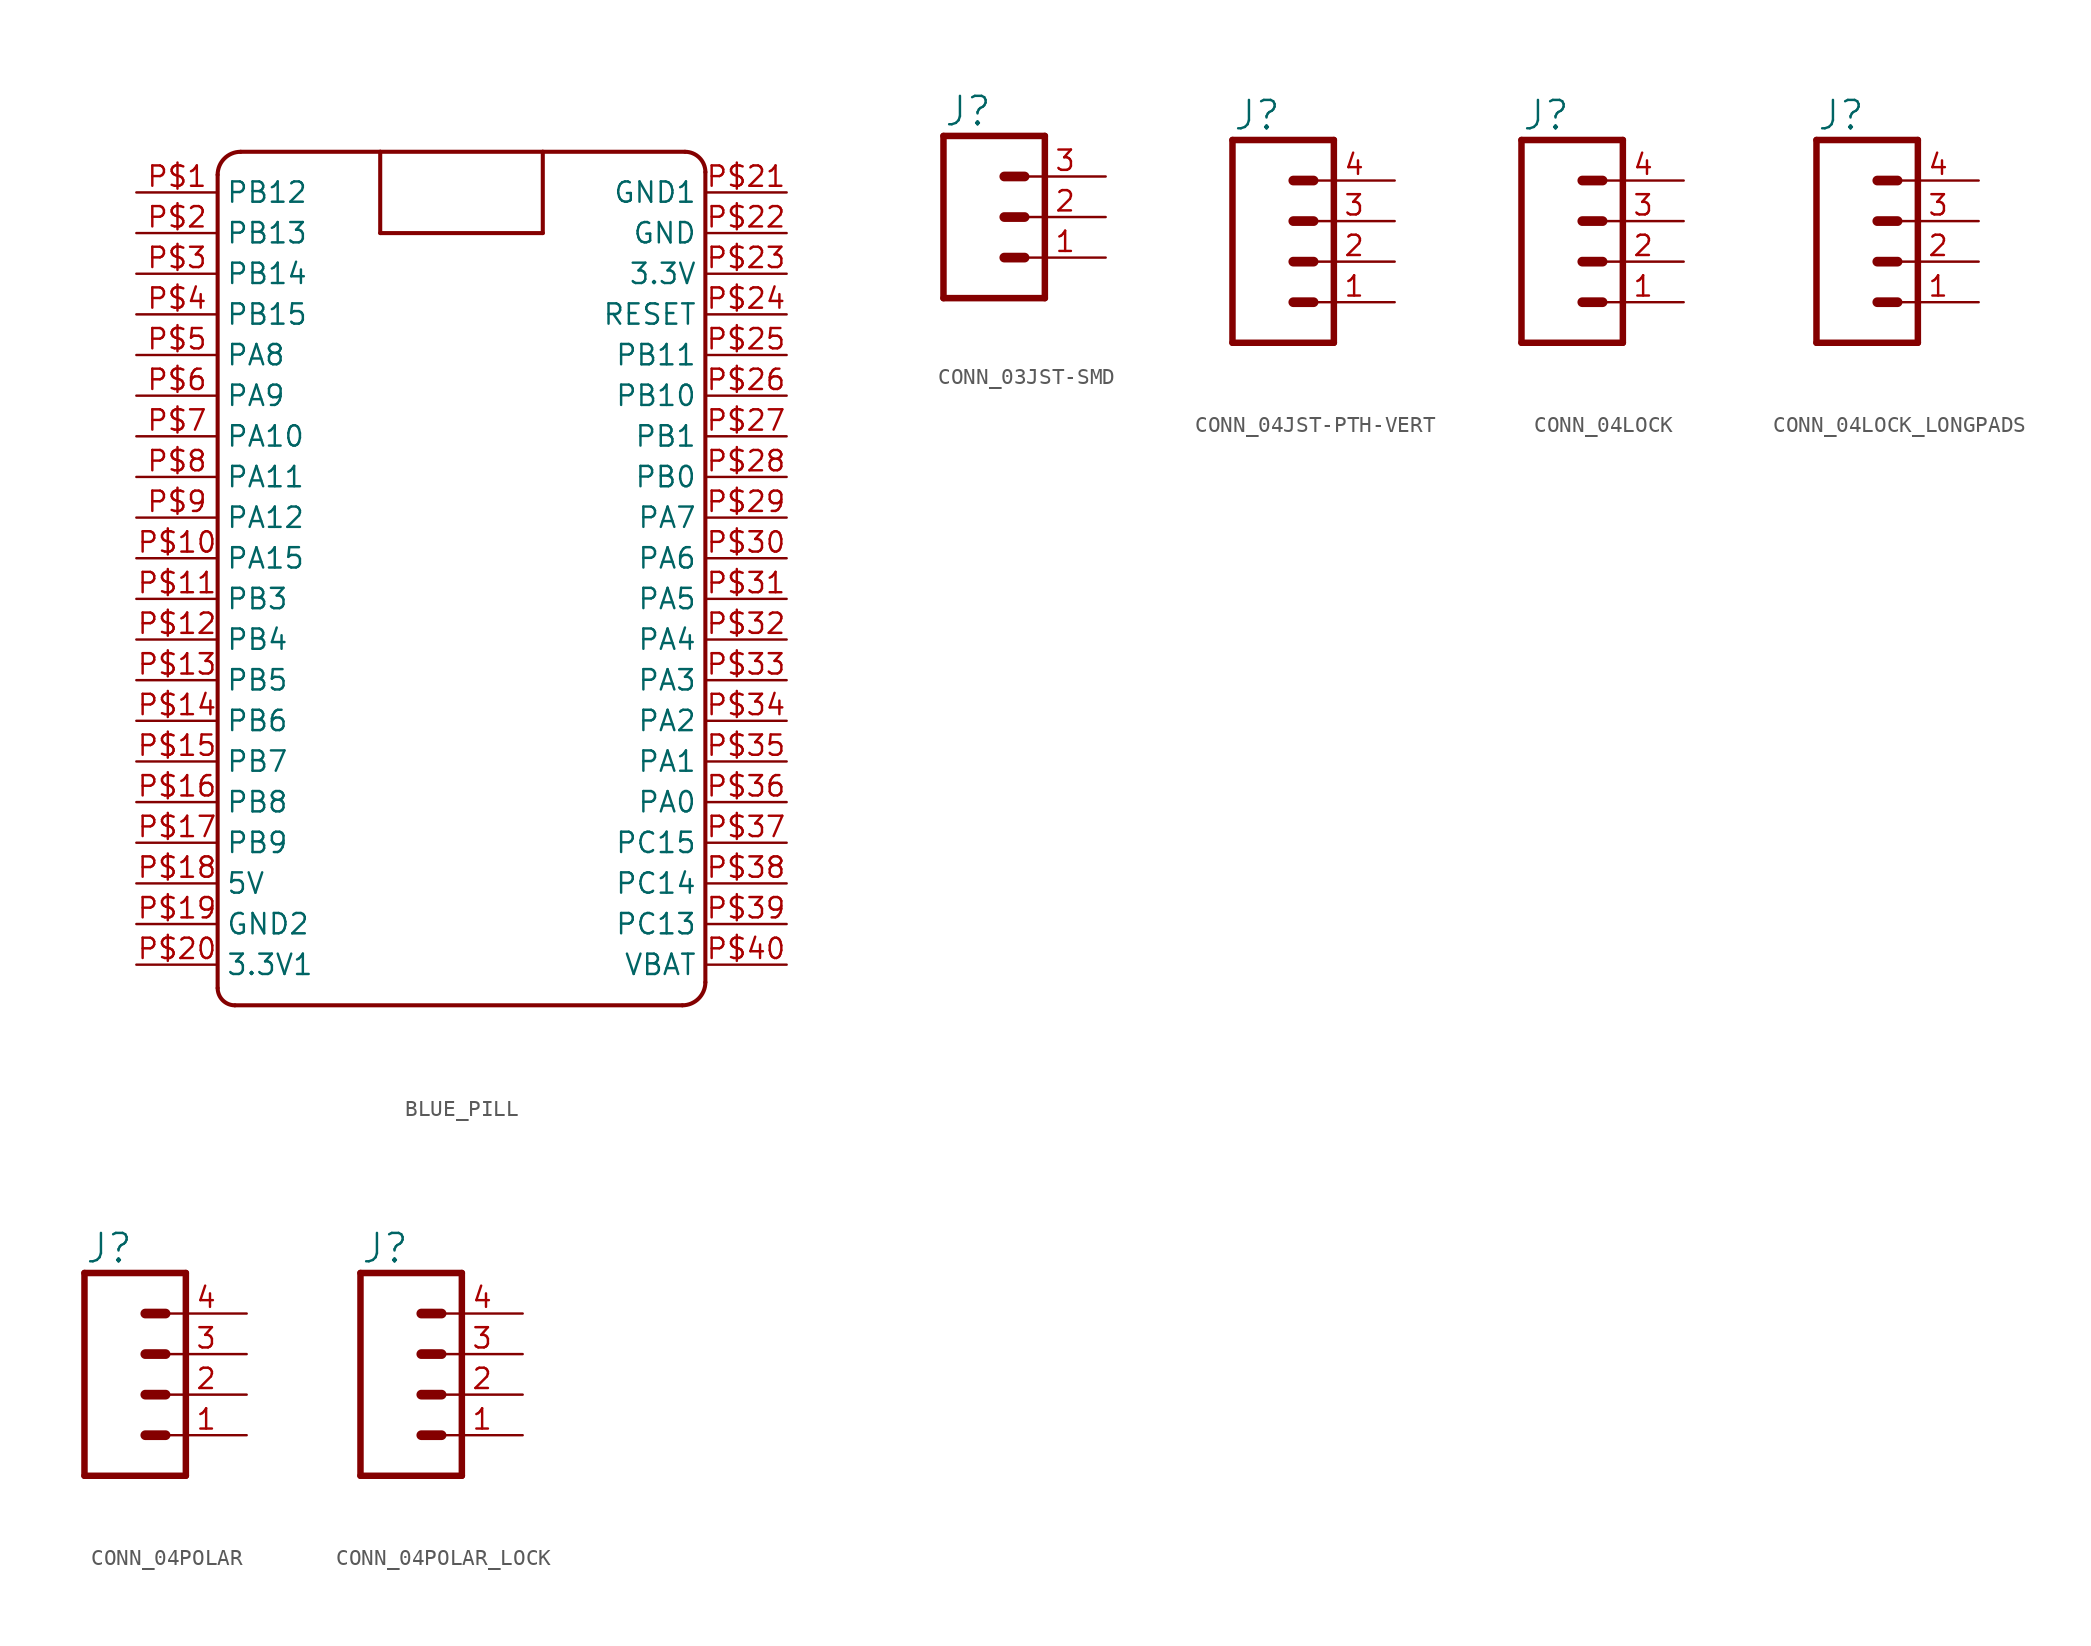
<source format=kicad_sym>
(kicad_symbol_lib
  (version 20231120)
  (generator "kicad_symbol_editor")
  (generator_version "8.0")
  (symbol "BLUE_PILL"
    (property "Reference" ""
      (at 0 0 0)
      (effects (font (size 1.27 1.27)) (hide yes)))
    (property "ki_locked" ""
      (at 0 0 0)
      (effects (font (size 1.27 1.27))))
    (symbol "BLUE_PILL_1_0"
      (arc (start -15.24 -26.8623) (mid -14.9243 -27.6243) (end -14.1623 -27.94) (stroke (width 0.254) (type solid)) (fill (type none)))
      (arc (start -13.8031 25.4) (mid -14.8191 24.9791) (end -15.24 23.9631) (stroke (width 0.254) (type solid)) (fill (type none)))
      (polyline (pts (xy -15.24 23.963) (xy -15.24 -26.862)) (stroke (width 0.254) (type solid)) (fill (type none)))
      (polyline (pts (xy -14.162 -27.94) (xy 13.803 -27.94)) (stroke (width 0.254) (type solid)) (fill (type none)))
      (polyline (pts (xy -5.08 20.32) (xy -5.08 25.4)) (stroke (width 0.254) (type solid)) (fill (type none)))
      (polyline (pts (xy -5.08 25.4) (xy -13.803 25.4)) (stroke (width 0.254) (type solid)) (fill (type none)))
      (polyline (pts (xy -5.08 25.4) (xy 5.08 25.4)) (stroke (width 0.254) (type solid)) (fill (type none)))
      (polyline (pts (xy 5.08 20.32) (xy -5.08 20.32)) (stroke (width 0.254) (type solid)) (fill (type none)))
      (polyline (pts (xy 5.08 25.4) (xy 5.08 20.32)) (stroke (width 0.254) (type solid)) (fill (type none)))
      (polyline (pts (xy 13.97 25.4) (xy 5.08 25.4)) (stroke (width 0.254) (type solid)) (fill (type none)))
      (polyline (pts (xy 15.24 -26.503) (xy 15.24 24.13)) (stroke (width 0.254) (type solid)) (fill (type none)))
      (arc (start 13.8031 -27.94) (mid 14.8191 -27.5191) (end 15.24 -26.5031) (stroke (width 0.254) (type solid)) (fill (type none)))
      (arc (start 15.24 24.13) (mid 14.868 25.028) (end 13.97 25.4) (stroke (width 0.254) (type solid)) (fill (type none)))
      (pin bidirectional line (at -20.32 22.86 0) (length 5.08) (name "PB12" (effects (font (size 1.27 1.27)))) (number "P$1" (effects (font (size 1.27 1.27)))))
      (pin bidirectional line (at -20.32 0 0) (length 5.08) (name "PA15" (effects (font (size 1.27 1.27)))) (number "P$10" (effects (font (size 1.27 1.27)))))
      (pin bidirectional line (at -20.32 -2.54 0) (length 5.08) (name "PB3" (effects (font (size 1.27 1.27)))) (number "P$11" (effects (font (size 1.27 1.27)))))
      (pin bidirectional line (at -20.32 -5.08 0) (length 5.08) (name "PB4" (effects (font (size 1.27 1.27)))) (number "P$12" (effects (font (size 1.27 1.27)))))
      (pin bidirectional line (at -20.32 -7.62 0) (length 5.08) (name "PB5" (effects (font (size 1.27 1.27)))) (number "P$13" (effects (font (size 1.27 1.27)))))
      (pin bidirectional line (at -20.32 -10.16 0) (length 5.08) (name "PB6" (effects (font (size 1.27 1.27)))) (number "P$14" (effects (font (size 1.27 1.27)))))
      (pin bidirectional line (at -20.32 -12.7 0) (length 5.08) (name "PB7" (effects (font (size 1.27 1.27)))) (number "P$15" (effects (font (size 1.27 1.27)))))
      (pin bidirectional line (at -20.32 -15.24 0) (length 5.08) (name "PB8" (effects (font (size 1.27 1.27)))) (number "P$16" (effects (font (size 1.27 1.27)))))
      (pin bidirectional line (at -20.32 -17.78 0) (length 5.08) (name "PB9" (effects (font (size 1.27 1.27)))) (number "P$17" (effects (font (size 1.27 1.27)))))
      (pin bidirectional line (at -20.32 -20.32 0) (length 5.08) (name "5V" (effects (font (size 1.27 1.27)))) (number "P$18" (effects (font (size 1.27 1.27)))))
      (pin bidirectional line (at -20.32 -22.86 0) (length 5.08) (name "GND2" (effects (font (size 1.27 1.27)))) (number "P$19" (effects (font (size 1.27 1.27)))))
      (pin bidirectional line (at -20.32 20.32 0) (length 5.08) (name "PB13" (effects (font (size 1.27 1.27)))) (number "P$2" (effects (font (size 1.27 1.27)))))
      (pin bidirectional line (at -20.32 -25.4 0) (length 5.08) (name "3.3V1" (effects (font (size 1.27 1.27)))) (number "P$20" (effects (font (size 1.27 1.27)))))
      (pin power_in line (at 20.32 22.86 180) (length 5.08) (name "GND1" (effects (font (size 1.27 1.27)))) (number "P$21" (effects (font (size 1.27 1.27)))))
      (pin bidirectional line (at 20.32 20.32 180) (length 5.08) (name "GND" (effects (font (size 1.27 1.27)))) (number "P$22" (effects (font (size 1.27 1.27)))))
      (pin bidirectional line (at 20.32 17.78 180) (length 5.08) (name "3.3V" (effects (font (size 1.27 1.27)))) (number "P$23" (effects (font (size 1.27 1.27)))))
      (pin bidirectional line (at 20.32 15.24 180) (length 5.08) (name "RESET" (effects (font (size 1.27 1.27)))) (number "P$24" (effects (font (size 1.27 1.27)))))
      (pin bidirectional line (at 20.32 12.7 180) (length 5.08) (name "PB11" (effects (font (size 1.27 1.27)))) (number "P$25" (effects (font (size 1.27 1.27)))))
      (pin bidirectional line (at 20.32 10.16 180) (length 5.08) (name "PB10" (effects (font (size 1.27 1.27)))) (number "P$26" (effects (font (size 1.27 1.27)))))
      (pin bidirectional line (at 20.32 7.62 180) (length 5.08) (name "PB1" (effects (font (size 1.27 1.27)))) (number "P$27" (effects (font (size 1.27 1.27)))))
      (pin bidirectional line (at 20.32 5.08 180) (length 5.08) (name "PB0" (effects (font (size 1.27 1.27)))) (number "P$28" (effects (font (size 1.27 1.27)))))
      (pin bidirectional line (at 20.32 2.54 180) (length 5.08) (name "PA7" (effects (font (size 1.27 1.27)))) (number "P$29" (effects (font (size 1.27 1.27)))))
      (pin bidirectional line (at -20.32 17.78 0) (length 5.08) (name "PB14" (effects (font (size 1.27 1.27)))) (number "P$3" (effects (font (size 1.27 1.27)))))
      (pin bidirectional line (at 20.32 0 180) (length 5.08) (name "PA6" (effects (font (size 1.27 1.27)))) (number "P$30" (effects (font (size 1.27 1.27)))))
      (pin bidirectional line (at 20.32 -2.54 180) (length 5.08) (name "PA5" (effects (font (size 1.27 1.27)))) (number "P$31" (effects (font (size 1.27 1.27)))))
      (pin bidirectional line (at 20.32 -5.08 180) (length 5.08) (name "PA4" (effects (font (size 1.27 1.27)))) (number "P$32" (effects (font (size 1.27 1.27)))))
      (pin bidirectional line (at 20.32 -7.62 180) (length 5.08) (name "PA3" (effects (font (size 1.27 1.27)))) (number "P$33" (effects (font (size 1.27 1.27)))))
      (pin bidirectional line (at 20.32 -10.16 180) (length 5.08) (name "PA2" (effects (font (size 1.27 1.27)))) (number "P$34" (effects (font (size 1.27 1.27)))))
      (pin bidirectional line (at 20.32 -12.7 180) (length 5.08) (name "PA1" (effects (font (size 1.27 1.27)))) (number "P$35" (effects (font (size 1.27 1.27)))))
      (pin bidirectional line (at 20.32 -15.24 180) (length 5.08) (name "PA0" (effects (font (size 1.27 1.27)))) (number "P$36" (effects (font (size 1.27 1.27)))))
      (pin bidirectional line (at 20.32 -17.78 180) (length 5.08) (name "PC15" (effects (font (size 1.27 1.27)))) (number "P$37" (effects (font (size 1.27 1.27)))))
      (pin bidirectional line (at 20.32 -20.32 180) (length 5.08) (name "PC14" (effects (font (size 1.27 1.27)))) (number "P$38" (effects (font (size 1.27 1.27)))))
      (pin bidirectional line (at 20.32 -22.86 180) (length 5.08) (name "PC13" (effects (font (size 1.27 1.27)))) (number "P$39" (effects (font (size 1.27 1.27)))))
      (pin bidirectional line (at -20.32 15.24 0) (length 5.08) (name "PB15" (effects (font (size 1.27 1.27)))) (number "P$4" (effects (font (size 1.27 1.27)))))
      (pin bidirectional line (at 20.32 -25.4 180) (length 5.08) (name "VBAT" (effects (font (size 1.27 1.27)))) (number "P$40" (effects (font (size 1.27 1.27)))))
      (pin bidirectional line (at -20.32 12.7 0) (length 5.08) (name "PA8" (effects (font (size 1.27 1.27)))) (number "P$5" (effects (font (size 1.27 1.27)))))
      (pin bidirectional line (at -20.32 10.16 0) (length 5.08) (name "PA9" (effects (font (size 1.27 1.27)))) (number "P$6" (effects (font (size 1.27 1.27)))))
      (pin bidirectional line (at -20.32 7.62 0) (length 5.08) (name "PA10" (effects (font (size 1.27 1.27)))) (number "P$7" (effects (font (size 1.27 1.27)))))
      (pin bidirectional line (at -20.32 5.08 0) (length 5.08) (name "PA11" (effects (font (size 1.27 1.27)))) (number "P$8" (effects (font (size 1.27 1.27)))))
      (pin bidirectional line (at -20.32 2.54 0) (length 5.08) (name "PA12" (effects (font (size 1.27 1.27)))) (number "P$9" (effects (font (size 1.27 1.27)))))))
  (symbol "CONN_03JST-SMD"
    (property "Reference" "J"
      (at -2.54 5.588 0)
      (effects (font (size 1.778 1.778)) (justify left bottom)))
    (property "Value" ""
      (at -2.54 -7.366 0)
      (effects (font (size 1.778 1.778)) (justify left bottom)))
    (property "ki_locked" ""
      (at 0 0 0)
      (effects (font (size 1.27 1.27))))
    (symbol "CONN_03JST-SMD_1_0"
      (polyline (pts (xy -2.54 5.08) (xy -2.54 -5.08)) (stroke (width 0.406) (type solid)) (fill (type none)))
      (polyline (pts (xy -2.54 5.08) (xy 3.81 5.08)) (stroke (width 0.406) (type solid)) (fill (type none)))
      (polyline (pts (xy 1.27 -2.54) (xy 2.54 -2.54)) (stroke (width 0.61) (type solid)) (fill (type none)))
      (polyline (pts (xy 1.27 0) (xy 2.54 0)) (stroke (width 0.61) (type solid)) (fill (type none)))
      (polyline (pts (xy 1.27 2.54) (xy 2.54 2.54)) (stroke (width 0.61) (type solid)) (fill (type none)))
      (polyline (pts (xy 3.81 -5.08) (xy -2.54 -5.08)) (stroke (width 0.406) (type solid)) (fill (type none)))
      (polyline (pts (xy 3.81 -5.08) (xy 3.81 5.08)) (stroke (width 0.406) (type solid)) (fill (type none)))
      (pin passive line (at 7.62 -2.54 180) (length 5.08) (name "1" (effects (font (size 0 0)))) (number "1" (effects (font (size 1.27 1.27)))))
      (pin passive line (at 7.62 0 180) (length 5.08) (name "2" (effects (font (size 0 0)))) (number "2" (effects (font (size 1.27 1.27)))))
      (pin passive line (at 7.62 2.54 180) (length 5.08) (name "3" (effects (font (size 0 0)))) (number "3" (effects (font (size 1.27 1.27)))))))
  (symbol "CONN_04JST-PTH-VERT"
    (property "Reference" "J"
      (at -5.08 8.128 0)
      (effects (font (size 1.778 1.778)) (justify left bottom)))
    (property "Value" ""
      (at -5.08 -7.366 0)
      (effects (font (size 1.778 1.778)) (justify left bottom)))
    (property "ki_locked" ""
      (at 0 0 0)
      (effects (font (size 1.27 1.27))))
    (symbol "CONN_04JST-PTH-VERT_1_0"
      (polyline (pts (xy -5.08 7.62) (xy -5.08 -5.08)) (stroke (width 0.406) (type solid)) (fill (type none)))
      (polyline (pts (xy -5.08 7.62) (xy 1.27 7.62)) (stroke (width 0.406) (type solid)) (fill (type none)))
      (polyline (pts (xy -1.27 -2.54) (xy 0 -2.54)) (stroke (width 0.61) (type solid)) (fill (type none)))
      (polyline (pts (xy -1.27 0) (xy 0 0)) (stroke (width 0.61) (type solid)) (fill (type none)))
      (polyline (pts (xy -1.27 2.54) (xy 0 2.54)) (stroke (width 0.61) (type solid)) (fill (type none)))
      (polyline (pts (xy -1.27 5.08) (xy 0 5.08)) (stroke (width 0.61) (type solid)) (fill (type none)))
      (polyline (pts (xy 1.27 -5.08) (xy -5.08 -5.08)) (stroke (width 0.406) (type solid)) (fill (type none)))
      (polyline (pts (xy 1.27 -5.08) (xy 1.27 7.62)) (stroke (width 0.406) (type solid)) (fill (type none)))
      (pin passive line (at 5.08 -2.54 180) (length 5.08) (name "1" (effects (font (size 0 0)))) (number "1" (effects (font (size 1.27 1.27)))))
      (pin passive line (at 5.08 0 180) (length 5.08) (name "2" (effects (font (size 0 0)))) (number "2" (effects (font (size 1.27 1.27)))))
      (pin passive line (at 5.08 2.54 180) (length 5.08) (name "3" (effects (font (size 0 0)))) (number "3" (effects (font (size 1.27 1.27)))))
      (pin passive line (at 5.08 5.08 180) (length 5.08) (name "4" (effects (font (size 0 0)))) (number "4" (effects (font (size 1.27 1.27)))))))
  (symbol "CONN_04LOCK"
    (property "Reference" "J"
      (at -5.08 8.128 0)
      (effects (font (size 1.778 1.778)) (justify left bottom)))
    (property "Value" ""
      (at -5.08 -7.366 0)
      (effects (font (size 1.778 1.778)) (justify left bottom)))
    (property "ki_locked" ""
      (at 0 0 0)
      (effects (font (size 1.27 1.27))))
    (symbol "CONN_04LOCK_1_0"
      (polyline (pts (xy -5.08 7.62) (xy -5.08 -5.08)) (stroke (width 0.406) (type solid)) (fill (type none)))
      (polyline (pts (xy -5.08 7.62) (xy 1.27 7.62)) (stroke (width 0.406) (type solid)) (fill (type none)))
      (polyline (pts (xy -1.27 -2.54) (xy 0 -2.54)) (stroke (width 0.61) (type solid)) (fill (type none)))
      (polyline (pts (xy -1.27 0) (xy 0 0)) (stroke (width 0.61) (type solid)) (fill (type none)))
      (polyline (pts (xy -1.27 2.54) (xy 0 2.54)) (stroke (width 0.61) (type solid)) (fill (type none)))
      (polyline (pts (xy -1.27 5.08) (xy 0 5.08)) (stroke (width 0.61) (type solid)) (fill (type none)))
      (polyline (pts (xy 1.27 -5.08) (xy -5.08 -5.08)) (stroke (width 0.406) (type solid)) (fill (type none)))
      (polyline (pts (xy 1.27 -5.08) (xy 1.27 7.62)) (stroke (width 0.406) (type solid)) (fill (type none)))
      (pin passive line (at 5.08 -2.54 180) (length 5.08) (name "1" (effects (font (size 0 0)))) (number "1" (effects (font (size 1.27 1.27)))))
      (pin passive line (at 5.08 0 180) (length 5.08) (name "2" (effects (font (size 0 0)))) (number "2" (effects (font (size 1.27 1.27)))))
      (pin passive line (at 5.08 2.54 180) (length 5.08) (name "3" (effects (font (size 0 0)))) (number "3" (effects (font (size 1.27 1.27)))))
      (pin passive line (at 5.08 5.08 180) (length 5.08) (name "4" (effects (font (size 0 0)))) (number "4" (effects (font (size 1.27 1.27)))))))
  (symbol "CONN_04LOCK_LONGPADS"
    (property "Reference" "J"
      (at -5.08 8.128 0)
      (effects (font (size 1.778 1.778)) (justify left bottom)))
    (property "Value" ""
      (at -5.08 -7.366 0)
      (effects (font (size 1.778 1.778)) (justify left bottom)))
    (property "ki_locked" ""
      (at 0 0 0)
      (effects (font (size 1.27 1.27))))
    (symbol "CONN_04LOCK_LONGPADS_1_0"
      (polyline (pts (xy -5.08 7.62) (xy -5.08 -5.08)) (stroke (width 0.406) (type solid)) (fill (type none)))
      (polyline (pts (xy -5.08 7.62) (xy 1.27 7.62)) (stroke (width 0.406) (type solid)) (fill (type none)))
      (polyline (pts (xy -1.27 -2.54) (xy 0 -2.54)) (stroke (width 0.61) (type solid)) (fill (type none)))
      (polyline (pts (xy -1.27 0) (xy 0 0)) (stroke (width 0.61) (type solid)) (fill (type none)))
      (polyline (pts (xy -1.27 2.54) (xy 0 2.54)) (stroke (width 0.61) (type solid)) (fill (type none)))
      (polyline (pts (xy -1.27 5.08) (xy 0 5.08)) (stroke (width 0.61) (type solid)) (fill (type none)))
      (polyline (pts (xy 1.27 -5.08) (xy -5.08 -5.08)) (stroke (width 0.406) (type solid)) (fill (type none)))
      (polyline (pts (xy 1.27 -5.08) (xy 1.27 7.62)) (stroke (width 0.406) (type solid)) (fill (type none)))
      (pin passive line (at 5.08 -2.54 180) (length 5.08) (name "1" (effects (font (size 0 0)))) (number "1" (effects (font (size 1.27 1.27)))))
      (pin passive line (at 5.08 0 180) (length 5.08) (name "2" (effects (font (size 0 0)))) (number "2" (effects (font (size 1.27 1.27)))))
      (pin passive line (at 5.08 2.54 180) (length 5.08) (name "3" (effects (font (size 0 0)))) (number "3" (effects (font (size 1.27 1.27)))))
      (pin passive line (at 5.08 5.08 180) (length 5.08) (name "4" (effects (font (size 0 0)))) (number "4" (effects (font (size 1.27 1.27)))))))
  (symbol "CONN_04POLAR"
    (property "Reference" "J"
      (at -5.08 8.128 0)
      (effects (font (size 1.778 1.778)) (justify left bottom)))
    (property "Value" ""
      (at -5.08 -7.366 0)
      (effects (font (size 1.778 1.778)) (justify left bottom)))
    (property "ki_locked" ""
      (at 0 0 0)
      (effects (font (size 1.27 1.27))))
    (symbol "CONN_04POLAR_1_0"
      (polyline (pts (xy -5.08 7.62) (xy -5.08 -5.08)) (stroke (width 0.406) (type solid)) (fill (type none)))
      (polyline (pts (xy -5.08 7.62) (xy 1.27 7.62)) (stroke (width 0.406) (type solid)) (fill (type none)))
      (polyline (pts (xy -1.27 -2.54) (xy 0 -2.54)) (stroke (width 0.61) (type solid)) (fill (type none)))
      (polyline (pts (xy -1.27 0) (xy 0 0)) (stroke (width 0.61) (type solid)) (fill (type none)))
      (polyline (pts (xy -1.27 2.54) (xy 0 2.54)) (stroke (width 0.61) (type solid)) (fill (type none)))
      (polyline (pts (xy -1.27 5.08) (xy 0 5.08)) (stroke (width 0.61) (type solid)) (fill (type none)))
      (polyline (pts (xy 1.27 -5.08) (xy -5.08 -5.08)) (stroke (width 0.406) (type solid)) (fill (type none)))
      (polyline (pts (xy 1.27 -5.08) (xy 1.27 7.62)) (stroke (width 0.406) (type solid)) (fill (type none)))
      (pin passive line (at 5.08 -2.54 180) (length 5.08) (name "1" (effects (font (size 0 0)))) (number "1" (effects (font (size 1.27 1.27)))))
      (pin passive line (at 5.08 0 180) (length 5.08) (name "2" (effects (font (size 0 0)))) (number "2" (effects (font (size 1.27 1.27)))))
      (pin passive line (at 5.08 2.54 180) (length 5.08) (name "3" (effects (font (size 0 0)))) (number "3" (effects (font (size 1.27 1.27)))))
      (pin passive line (at 5.08 5.08 180) (length 5.08) (name "4" (effects (font (size 0 0)))) (number "4" (effects (font (size 1.27 1.27)))))))
  (symbol "CONN_04POLAR_LOCK"
    (property "Reference" "J"
      (at -5.08 8.128 0)
      (effects (font (size 1.778 1.778)) (justify left bottom)))
    (property "Value" ""
      (at -5.08 -7.366 0)
      (effects (font (size 1.778 1.778)) (justify left bottom)))
    (property "ki_locked" ""
      (at 0 0 0)
      (effects (font (size 1.27 1.27))))
    (symbol "CONN_04POLAR_LOCK_1_0"
      (polyline (pts (xy -5.08 7.62) (xy -5.08 -5.08)) (stroke (width 0.406) (type solid)) (fill (type none)))
      (polyline (pts (xy -5.08 7.62) (xy 1.27 7.62)) (stroke (width 0.406) (type solid)) (fill (type none)))
      (polyline (pts (xy -1.27 -2.54) (xy 0 -2.54)) (stroke (width 0.61) (type solid)) (fill (type none)))
      (polyline (pts (xy -1.27 0) (xy 0 0)) (stroke (width 0.61) (type solid)) (fill (type none)))
      (polyline (pts (xy -1.27 2.54) (xy 0 2.54)) (stroke (width 0.61) (type solid)) (fill (type none)))
      (polyline (pts (xy -1.27 5.08) (xy 0 5.08)) (stroke (width 0.61) (type solid)) (fill (type none)))
      (polyline (pts (xy 1.27 -5.08) (xy -5.08 -5.08)) (stroke (width 0.406) (type solid)) (fill (type none)))
      (polyline (pts (xy 1.27 -5.08) (xy 1.27 7.62)) (stroke (width 0.406) (type solid)) (fill (type none)))
      (pin passive line (at 5.08 -2.54 180) (length 5.08) (name "1" (effects (font (size 0 0)))) (number "1" (effects (font (size 1.27 1.27)))))
      (pin passive line (at 5.08 0 180) (length 5.08) (name "2" (effects (font (size 0 0)))) (number "2" (effects (font (size 1.27 1.27)))))
      (pin passive line (at 5.08 2.54 180) (length 5.08) (name "3" (effects (font (size 0 0)))) (number "3" (effects (font (size 1.27 1.27)))))
      (pin passive line (at 5.08 5.08 180) (length 5.08) (name "4" (effects (font (size 0 0)))) (number "4" (effects (font (size 1.27 1.27))))))))
</source>
